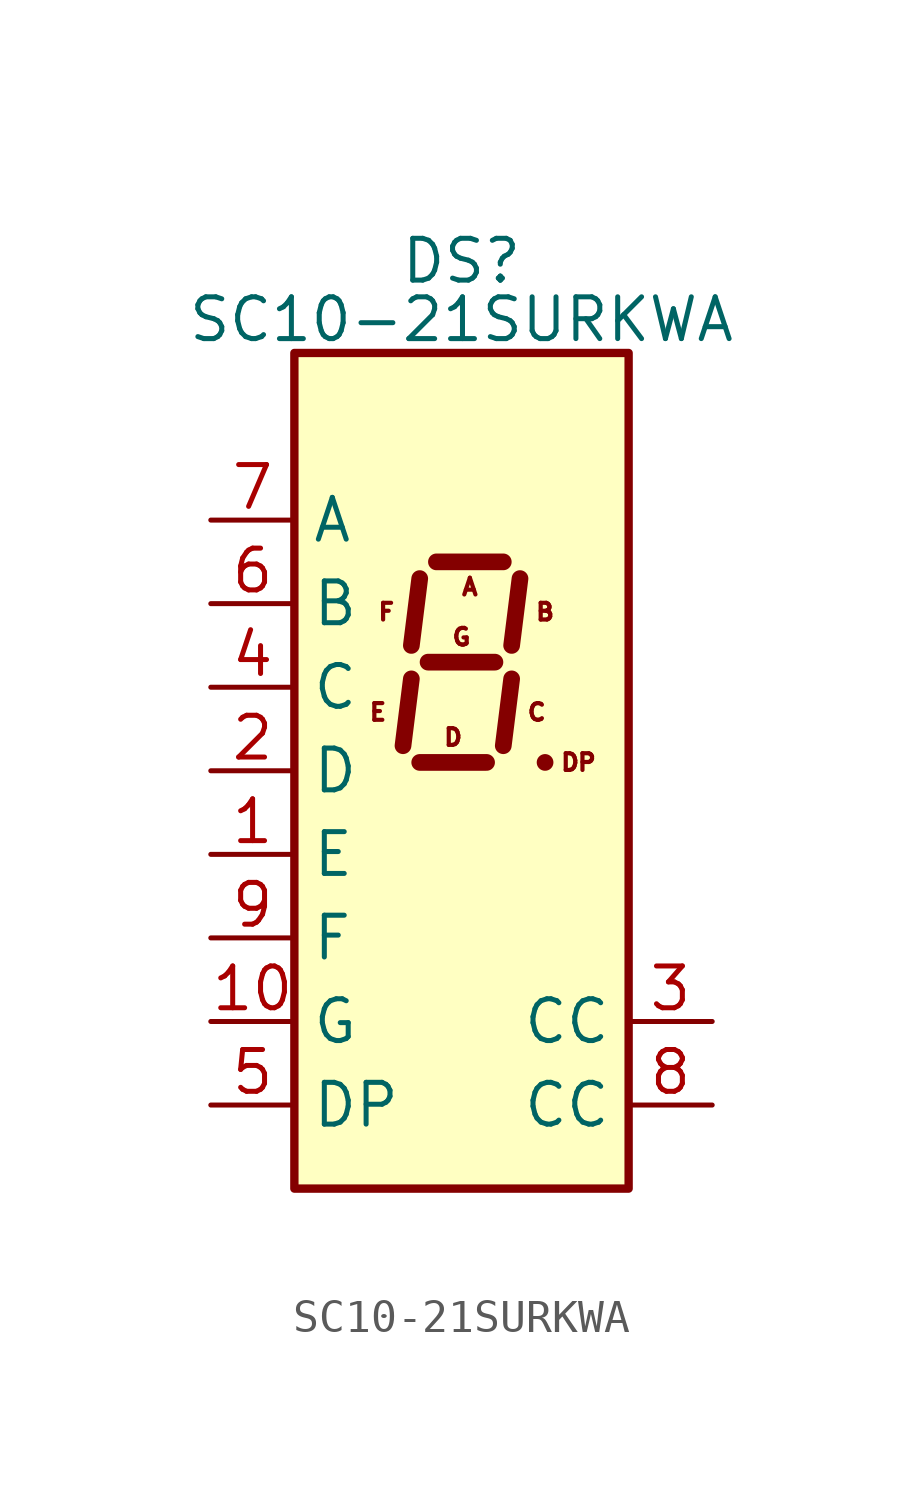
<source format=kicad_sym>
(kicad_symbol_lib
  (version 20241209)
  (generator "kicad_symbol_editor")
  (generator_version "9.0")
  (symbol "SC10-21SURKWA"
    (property "Reference" "DS"
      (at 0 2.794 0)
      (effects (font (size 1.27 1.27))))
    (property "Value" "SC10-21SURKWA"
      (at 0 1.016 0)
      (effects (font (size 1.27 1.27))))
    (symbol "SC10-21SURKWA_0_0"
      (text "E" (at -2.54 -10.922 0) (effects (font (size 0.508 0.508))))
      (text "F" (at -2.286 -7.874 0) (effects (font (size 0.508 0.508))))
      (text "D" (at -0.254 -11.684 0) (effects (font (size 0.508 0.508))))
      (text "G" (at 0 -8.636 0) (effects (font (size 0.508 0.508))))
      (text "A" (at 0.254 -7.112 0) (effects (font (size 0.508 0.508))))
      (text "C" (at 2.286 -10.922 0) (effects (font (size 0.508 0.508))))
      (text "B" (at 2.54 -7.874 0) (effects (font (size 0.508 0.508))))
      (text "DP" (at 3.556 -12.446 0) (effects (font (size 0.508 0.508)))))
    (symbol "SC10-21SURKWA_0_1"
      (rectangle (start -5.08 0) (end 5.08 -25.4) (stroke (width 0.254) (type default)) (fill (type background)))
      (polyline (pts (xy -1.524 -9.906) (xy -1.778 -11.938)) (stroke (width 0.508) (type default)) (fill (type none)))
      (polyline (pts (xy -1.27 -6.858) (xy -1.524 -8.89)) (stroke (width 0.508) (type default)) (fill (type none)))
      (polyline (pts (xy -1.27 -12.446) (xy 0.762 -12.446)) (stroke (width 0.508) (type default)) (fill (type none)))
      (polyline (pts (xy -1.016 -9.398) (xy 1.016 -9.398)) (stroke (width 0.508) (type default)) (fill (type none)))
      (polyline (pts (xy -0.762 -6.35) (xy 1.27 -6.35)) (stroke (width 0.508) (type default)) (fill (type none)))
      (polyline (pts (xy 1.524 -9.906) (xy 1.27 -11.938)) (stroke (width 0.508) (type default)) (fill (type none)))
      (polyline (pts (xy 1.778 -6.858) (xy 1.524 -8.89)) (stroke (width 0.508) (type default)) (fill (type none)))
      (polyline (pts (xy 2.54 -12.446) (xy 2.54 -12.446)) (stroke (width 0.508) (type default)) (fill (type none))))
    (symbol "SC10-21SURKWA_1_1"
      (pin input line (at -7.62 -5.08 0) (length 2.54) (name "A" (effects (font (size 1.27 1.27)))) (number "7" (effects (font (size 1.27 1.27)))))
      (pin input line (at -7.62 -7.62 0) (length 2.54) (name "B" (effects (font (size 1.27 1.27)))) (number "6" (effects (font (size 1.27 1.27)))))
      (pin input line (at -7.62 -10.16 0) (length 2.54) (name "C" (effects (font (size 1.27 1.27)))) (number "4" (effects (font (size 1.27 1.27)))))
      (pin input line (at -7.62 -12.7 0) (length 2.54) (name "D" (effects (font (size 1.27 1.27)))) (number "2" (effects (font (size 1.27 1.27)))))
      (pin input line (at -7.62 -15.24 0) (length 2.54) (name "E" (effects (font (size 1.27 1.27)))) (number "1" (effects (font (size 1.27 1.27)))))
      (pin input line (at -7.62 -17.78 0) (length 2.54) (name "F" (effects (font (size 1.27 1.27)))) (number "9" (effects (font (size 1.27 1.27)))))
      (pin input line (at -7.62 -20.32 0) (length 2.54) (name "G" (effects (font (size 1.27 1.27)))) (number "10" (effects (font (size 1.27 1.27)))))
      (pin input line (at -7.62 -22.86 0) (length 2.54) (name "DP" (effects (font (size 1.27 1.27)))) (number "5" (effects (font (size 1.27 1.27)))))
      (pin input line (at 7.62 -20.32 180) (length 2.54) (name "CC" (effects (font (size 1.27 1.27)))) (number "3" (effects (font (size 1.27 1.27)))))
      (pin input line (at 7.62 -22.86 180) (length 2.54) (name "CC" (effects (font (size 1.27 1.27)))) (number "8" (effects (font (size 1.27 1.27))))))))
</source>
